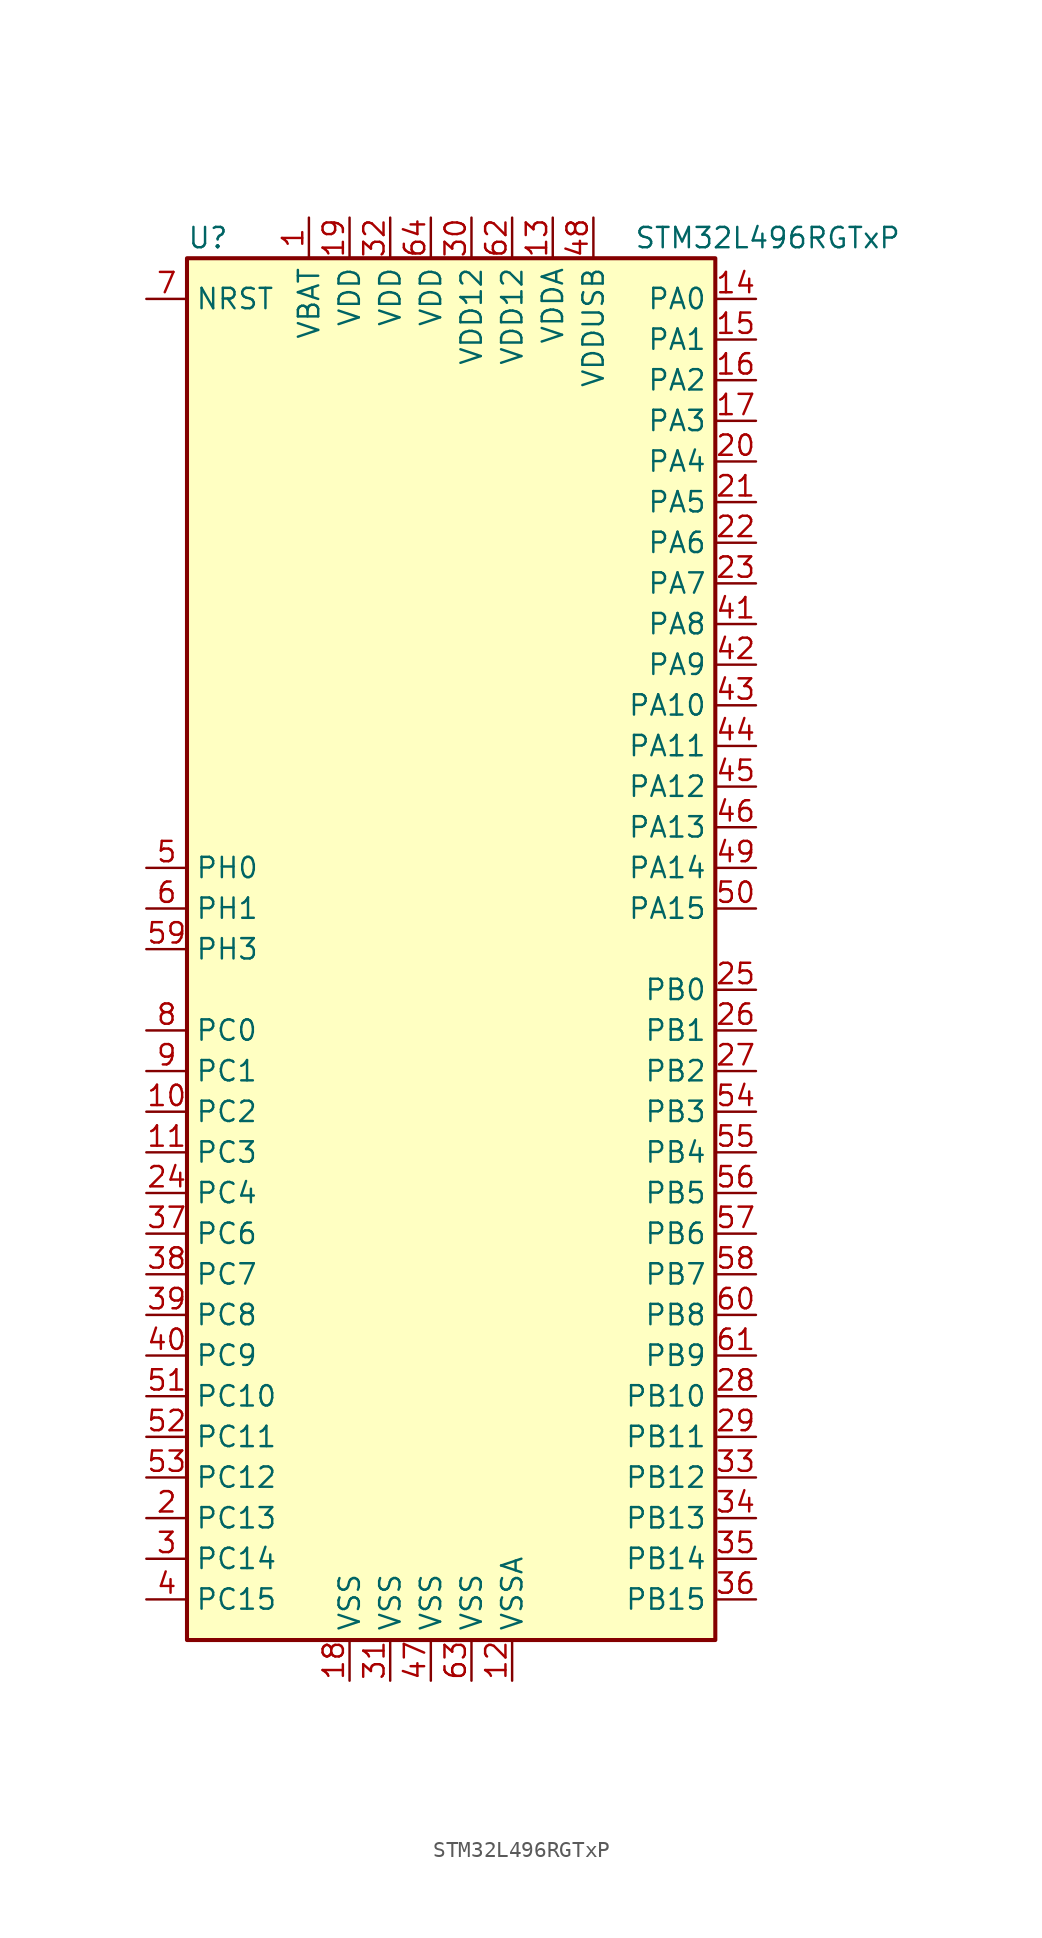
<source format=kicad_sym>
(kicad_symbol_lib
  (version 20201005)
  (generator kicad_symbol_editor)
  (symbol "STM32L496RGTxP"
    (property "Reference" "U"
      (at -17.78 44.45 0)
      (effects (font (size 1.27 1.27)) (justify left)))
    (property "Value" "STM32L496RGTxP"
      (at 10.16 44.45 0)
      (effects (font (size 1.27 1.27)) (justify left)))
    (symbol "STM32L496RGTxP_0_1"
      (rectangle (start -17.78 -43.18) (end 15.24 43.18) (stroke (width 0.254)) (fill (type background))))
    (symbol "STM32L496RGTxP_1_1"
      (pin input line (at -20.32 40.64 0) (length 2.54) (name "NRST" (effects (font (size 1.27 1.27)))) (number "7" (effects (font (size 1.27 1.27)))))
      (pin bidirectional line (at 17.78 40.64 180) (length 2.54) (name "PA0" (effects (font (size 1.27 1.27)))) (number "14" (effects (font (size 1.27 1.27)))))
      (pin bidirectional line (at 17.78 38.1 180) (length 2.54) (name "PA1" (effects (font (size 1.27 1.27)))) (number "15" (effects (font (size 1.27 1.27)))))
      (pin bidirectional line (at 17.78 15.24 180) (length 2.54) (name "PA10" (effects (font (size 1.27 1.27)))) (number "43" (effects (font (size 1.27 1.27)))))
      (pin bidirectional line (at 17.78 12.7 180) (length 2.54) (name "PA11" (effects (font (size 1.27 1.27)))) (number "44" (effects (font (size 1.27 1.27)))))
      (pin bidirectional line (at 17.78 10.16 180) (length 2.54) (name "PA12" (effects (font (size 1.27 1.27)))) (number "45" (effects (font (size 1.27 1.27)))))
      (pin bidirectional line (at 17.78 7.62 180) (length 2.54) (name "PA13" (effects (font (size 1.27 1.27)))) (number "46" (effects (font (size 1.27 1.27)))))
      (pin bidirectional line (at 17.78 5.08 180) (length 2.54) (name "PA14" (effects (font (size 1.27 1.27)))) (number "49" (effects (font (size 1.27 1.27)))))
      (pin bidirectional line (at 17.78 2.54 180) (length 2.54) (name "PA15" (effects (font (size 1.27 1.27)))) (number "50" (effects (font (size 1.27 1.27)))))
      (pin bidirectional line (at 17.78 35.56 180) (length 2.54) (name "PA2" (effects (font (size 1.27 1.27)))) (number "16" (effects (font (size 1.27 1.27)))))
      (pin bidirectional line (at 17.78 33.02 180) (length 2.54) (name "PA3" (effects (font (size 1.27 1.27)))) (number "17" (effects (font (size 1.27 1.27)))))
      (pin bidirectional line (at 17.78 30.48 180) (length 2.54) (name "PA4" (effects (font (size 1.27 1.27)))) (number "20" (effects (font (size 1.27 1.27)))))
      (pin bidirectional line (at 17.78 27.94 180) (length 2.54) (name "PA5" (effects (font (size 1.27 1.27)))) (number "21" (effects (font (size 1.27 1.27)))))
      (pin bidirectional line (at 17.78 25.4 180) (length 2.54) (name "PA6" (effects (font (size 1.27 1.27)))) (number "22" (effects (font (size 1.27 1.27)))))
      (pin bidirectional line (at 17.78 22.86 180) (length 2.54) (name "PA7" (effects (font (size 1.27 1.27)))) (number "23" (effects (font (size 1.27 1.27)))))
      (pin bidirectional line (at 17.78 20.32 180) (length 2.54) (name "PA8" (effects (font (size 1.27 1.27)))) (number "41" (effects (font (size 1.27 1.27)))))
      (pin bidirectional line (at 17.78 17.78 180) (length 2.54) (name "PA9" (effects (font (size 1.27 1.27)))) (number "42" (effects (font (size 1.27 1.27)))))
      (pin bidirectional line (at 17.78 -2.54 180) (length 2.54) (name "PB0" (effects (font (size 1.27 1.27)))) (number "25" (effects (font (size 1.27 1.27)))))
      (pin bidirectional line (at 17.78 -5.08 180) (length 2.54) (name "PB1" (effects (font (size 1.27 1.27)))) (number "26" (effects (font (size 1.27 1.27)))))
      (pin bidirectional line (at 17.78 -27.94 180) (length 2.54) (name "PB10" (effects (font (size 1.27 1.27)))) (number "28" (effects (font (size 1.27 1.27)))))
      (pin bidirectional line (at 17.78 -30.48 180) (length 2.54) (name "PB11" (effects (font (size 1.27 1.27)))) (number "29" (effects (font (size 1.27 1.27)))))
      (pin bidirectional line (at 17.78 -33.02 180) (length 2.54) (name "PB12" (effects (font (size 1.27 1.27)))) (number "33" (effects (font (size 1.27 1.27)))))
      (pin bidirectional line (at 17.78 -35.56 180) (length 2.54) (name "PB13" (effects (font (size 1.27 1.27)))) (number "34" (effects (font (size 1.27 1.27)))))
      (pin bidirectional line (at 17.78 -38.1 180) (length 2.54) (name "PB14" (effects (font (size 1.27 1.27)))) (number "35" (effects (font (size 1.27 1.27)))))
      (pin bidirectional line (at 17.78 -40.64 180) (length 2.54) (name "PB15" (effects (font (size 1.27 1.27)))) (number "36" (effects (font (size 1.27 1.27)))))
      (pin bidirectional line (at 17.78 -7.62 180) (length 2.54) (name "PB2" (effects (font (size 1.27 1.27)))) (number "27" (effects (font (size 1.27 1.27)))))
      (pin bidirectional line (at 17.78 -10.16 180) (length 2.54) (name "PB3" (effects (font (size 1.27 1.27)))) (number "54" (effects (font (size 1.27 1.27)))))
      (pin bidirectional line (at 17.78 -12.7 180) (length 2.54) (name "PB4" (effects (font (size 1.27 1.27)))) (number "55" (effects (font (size 1.27 1.27)))))
      (pin bidirectional line (at 17.78 -15.24 180) (length 2.54) (name "PB5" (effects (font (size 1.27 1.27)))) (number "56" (effects (font (size 1.27 1.27)))))
      (pin bidirectional line (at 17.78 -17.78 180) (length 2.54) (name "PB6" (effects (font (size 1.27 1.27)))) (number "57" (effects (font (size 1.27 1.27)))))
      (pin bidirectional line (at 17.78 -20.32 180) (length 2.54) (name "PB7" (effects (font (size 1.27 1.27)))) (number "58" (effects (font (size 1.27 1.27)))))
      (pin bidirectional line (at 17.78 -22.86 180) (length 2.54) (name "PB8" (effects (font (size 1.27 1.27)))) (number "60" (effects (font (size 1.27 1.27)))))
      (pin bidirectional line (at 17.78 -25.4 180) (length 2.54) (name "PB9" (effects (font (size 1.27 1.27)))) (number "61" (effects (font (size 1.27 1.27)))))
      (pin bidirectional line (at -20.32 -5.08 0) (length 2.54) (name "PC0" (effects (font (size 1.27 1.27)))) (number "8" (effects (font (size 1.27 1.27)))))
      (pin bidirectional line (at -20.32 -7.62 0) (length 2.54) (name "PC1" (effects (font (size 1.27 1.27)))) (number "9" (effects (font (size 1.27 1.27)))))
      (pin bidirectional line (at -20.32 -27.94 0) (length 2.54) (name "PC10" (effects (font (size 1.27 1.27)))) (number "51" (effects (font (size 1.27 1.27)))))
      (pin bidirectional line (at -20.32 -30.48 0) (length 2.54) (name "PC11" (effects (font (size 1.27 1.27)))) (number "52" (effects (font (size 1.27 1.27)))))
      (pin bidirectional line (at -20.32 -33.02 0) (length 2.54) (name "PC12" (effects (font (size 1.27 1.27)))) (number "53" (effects (font (size 1.27 1.27)))))
      (pin bidirectional line (at -20.32 -35.56 0) (length 2.54) (name "PC13" (effects (font (size 1.27 1.27)))) (number "2" (effects (font (size 1.27 1.27)))))
      (pin bidirectional line (at -20.32 -38.1 0) (length 2.54) (name "PC14" (effects (font (size 1.27 1.27)))) (number "3" (effects (font (size 1.27 1.27)))))
      (pin bidirectional line (at -20.32 -40.64 0) (length 2.54) (name "PC15" (effects (font (size 1.27 1.27)))) (number "4" (effects (font (size 1.27 1.27)))))
      (pin bidirectional line (at -20.32 -10.16 0) (length 2.54) (name "PC2" (effects (font (size 1.27 1.27)))) (number "10" (effects (font (size 1.27 1.27)))))
      (pin bidirectional line (at -20.32 -12.7 0) (length 2.54) (name "PC3" (effects (font (size 1.27 1.27)))) (number "11" (effects (font (size 1.27 1.27)))))
      (pin bidirectional line (at -20.32 -15.24 0) (length 2.54) (name "PC4" (effects (font (size 1.27 1.27)))) (number "24" (effects (font (size 1.27 1.27)))))
      (pin bidirectional line (at -20.32 -17.78 0) (length 2.54) (name "PC6" (effects (font (size 1.27 1.27)))) (number "37" (effects (font (size 1.27 1.27)))))
      (pin bidirectional line (at -20.32 -20.32 0) (length 2.54) (name "PC7" (effects (font (size 1.27 1.27)))) (number "38" (effects (font (size 1.27 1.27)))))
      (pin bidirectional line (at -20.32 -22.86 0) (length 2.54) (name "PC8" (effects (font (size 1.27 1.27)))) (number "39" (effects (font (size 1.27 1.27)))))
      (pin bidirectional line (at -20.32 -25.4 0) (length 2.54) (name "PC9" (effects (font (size 1.27 1.27)))) (number "40" (effects (font (size 1.27 1.27)))))
      (pin input line (at -20.32 5.08 0) (length 2.54) (name "PH0" (effects (font (size 1.27 1.27)))) (number "5" (effects (font (size 1.27 1.27)))))
      (pin input line (at -20.32 2.54 0) (length 2.54) (name "PH1" (effects (font (size 1.27 1.27)))) (number "6" (effects (font (size 1.27 1.27)))))
      (pin bidirectional line (at -20.32 0 0) (length 2.54) (name "PH3" (effects (font (size 1.27 1.27)))) (number "59" (effects (font (size 1.27 1.27)))))
      (pin power_in line (at -10.16 45.72 270) (length 2.54) (name "VBAT" (effects (font (size 1.27 1.27)))) (number "1" (effects (font (size 1.27 1.27)))))
      (pin power_in line (at -7.62 45.72 270) (length 2.54) (name "VDD" (effects (font (size 1.27 1.27)))) (number "19" (effects (font (size 1.27 1.27)))))
      (pin power_in line (at -5.08 45.72 270) (length 2.54) (name "VDD" (effects (font (size 1.27 1.27)))) (number "32" (effects (font (size 1.27 1.27)))))
      (pin power_in line (at -2.54 45.72 270) (length 2.54) (name "VDD" (effects (font (size 1.27 1.27)))) (number "64" (effects (font (size 1.27 1.27)))))
      (pin power_in line (at 0 45.72 270) (length 2.54) (name "VDD12" (effects (font (size 1.27 1.27)))) (number "30" (effects (font (size 1.27 1.27)))))
      (pin power_in line (at 2.54 45.72 270) (length 2.54) (name "VDD12" (effects (font (size 1.27 1.27)))) (number "62" (effects (font (size 1.27 1.27)))))
      (pin power_in line (at 5.08 45.72 270) (length 2.54) (name "VDDA" (effects (font (size 1.27 1.27)))) (number "13" (effects (font (size 1.27 1.27)))))
      (pin power_in line (at 7.62 45.72 270) (length 2.54) (name "VDDUSB" (effects (font (size 1.27 1.27)))) (number "48" (effects (font (size 1.27 1.27)))))
      (pin power_in line (at -7.62 -45.72 90) (length 2.54) (name "VSS" (effects (font (size 1.27 1.27)))) (number "18" (effects (font (size 1.27 1.27)))))
      (pin power_in line (at -5.08 -45.72 90) (length 2.54) (name "VSS" (effects (font (size 1.27 1.27)))) (number "31" (effects (font (size 1.27 1.27)))))
      (pin power_in line (at -2.54 -45.72 90) (length 2.54) (name "VSS" (effects (font (size 1.27 1.27)))) (number "47" (effects (font (size 1.27 1.27)))))
      (pin power_in line (at 0 -45.72 90) (length 2.54) (name "VSS" (effects (font (size 1.27 1.27)))) (number "63" (effects (font (size 1.27 1.27)))))
      (pin power_in line (at 2.54 -45.72 90) (length 2.54) (name "VSSA" (effects (font (size 1.27 1.27)))) (number "12" (effects (font (size 1.27 1.27))))))))
</source>
